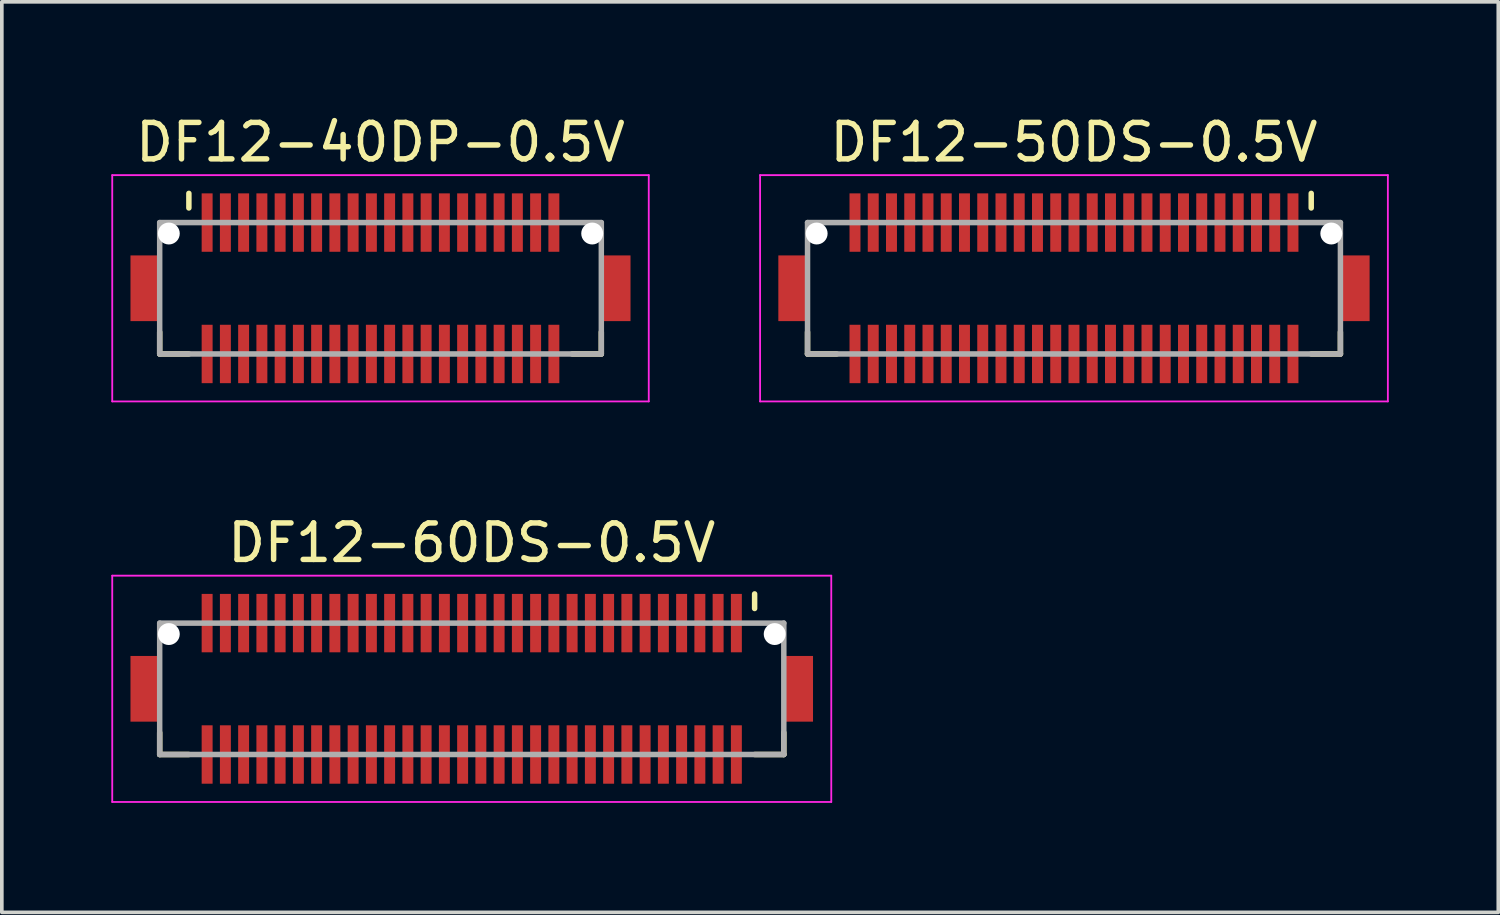
<source format=kicad_pcb>
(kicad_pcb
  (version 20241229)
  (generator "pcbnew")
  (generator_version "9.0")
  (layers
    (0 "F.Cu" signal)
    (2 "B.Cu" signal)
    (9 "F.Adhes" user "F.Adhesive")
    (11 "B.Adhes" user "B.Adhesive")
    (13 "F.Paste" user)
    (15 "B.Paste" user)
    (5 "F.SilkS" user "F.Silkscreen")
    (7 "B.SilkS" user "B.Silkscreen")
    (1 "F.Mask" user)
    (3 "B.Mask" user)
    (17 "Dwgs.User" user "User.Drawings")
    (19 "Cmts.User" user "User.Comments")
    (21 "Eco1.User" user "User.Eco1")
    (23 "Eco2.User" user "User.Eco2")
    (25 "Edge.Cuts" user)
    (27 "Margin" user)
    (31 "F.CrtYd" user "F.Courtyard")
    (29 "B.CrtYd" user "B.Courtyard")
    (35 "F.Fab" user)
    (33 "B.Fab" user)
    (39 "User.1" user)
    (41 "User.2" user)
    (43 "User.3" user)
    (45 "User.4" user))
  (footprint "DF12-60DS-0.5V"
    (layer "F.Cu")
    (at 9.875 15.822)
    (property "Reference" "DF12-60DS-0.5V" (at 0 -4 0) (layer "F.SilkS") (effects (font (size 1 1) (thickness 0.15))))
    (attr smd)
    (fp_line (start -8.55 1.2) (end -8.55 1.8) (stroke (width 0.15) (type solid)) (layer "F.SilkS"))
    (fp_line (start -8.55 1.8) (end -7.75 1.8) (stroke (width 0.15) (type solid)) (layer "F.SilkS"))
    (fp_line (start 7.75 -2.6) (end 7.75 -2.2) (stroke (width 0.15) (type solid)) (layer "F.SilkS"))
    (fp_line (start 7.75 1.8) (end 8.55 1.8) (stroke (width 0.15) (type solid)) (layer "F.SilkS"))
    (fp_line (start 8.55 1.2) (end 8.55 1.8) (stroke (width 0.15) (type solid)) (layer "F.SilkS"))
    (fp_line (start -9.85 -3.1) (end -9.85 3.1) (stroke (width 0.05) (type solid)) (layer "F.CrtYd"))
    (fp_line (start -9.85 -3.1) (end 9.85 -3.1) (stroke (width 0.05) (type solid)) (layer "F.CrtYd"))
    (fp_line (start -9.85 3.1) (end 9.85 3.1) (stroke (width 0.05) (type solid)) (layer "F.CrtYd"))
    (fp_line (start 9.85 -3.1) (end 9.85 3.1) (stroke (width 0.05) (type solid)) (layer "F.CrtYd"))
    (fp_line (start -8.55 -1.8) (end -8.55 1.8) (stroke (width 0.15) (type solid)) (layer "F.Fab"))
    (fp_line (start -8.55 -1.8) (end 8.55 -1.8) (stroke (width 0.15) (type solid)) (layer "F.Fab"))
    (fp_line (start -8.55 1.8) (end 8.55 1.8) (stroke (width 0.15) (type solid)) (layer "F.Fab"))
    (fp_line (start 8.55 -1.8) (end 8.55 1.8) (stroke (width 0.15) (type solid)) (layer "F.Fab"))
    (pad "" np_thru_hole circle (at -8.3 -1.5) (size 0.6 0.6) (drill 0.6) (layers "*.Cu" "*.Mask"))
    (pad "" np_thru_hole circle (at 8.3 -1.5) (size 0.6 0.6) (drill 0.6) (layers "*.Cu" "*.Mask"))
    (pad "1" smd rect (at 7.25 -1.8) (size 0.3 1.6) (layers "F.Cu" "F.Mask" "F.Paste"))
    (pad "2" smd rect (at 7.25 1.8) (size 0.3 1.6) (layers "F.Cu" "F.Mask" "F.Paste"))
    (pad "3" smd rect (at 6.75 -1.8) (size 0.3 1.6) (layers "F.Cu" "F.Mask" "F.Paste"))
    (pad "4" smd rect (at 6.75 1.8) (size 0.3 1.6) (layers "F.Cu" "F.Mask" "F.Paste"))
    (pad "5" smd rect (at 6.25 -1.8) (size 0.3 1.6) (layers "F.Cu" "F.Mask" "F.Paste"))
    (pad "6" smd rect (at 6.25 1.8) (size 0.3 1.6) (layers "F.Cu" "F.Mask" "F.Paste"))
    (pad "7" smd rect (at 5.75 -1.8) (size 0.3 1.6) (layers "F.Cu" "F.Mask" "F.Paste"))
    (pad "8" smd rect (at 5.75 1.8) (size 0.3 1.6) (layers "F.Cu" "F.Mask" "F.Paste"))
    (pad "9" smd rect (at 5.25 -1.8) (size 0.3 1.6) (layers "F.Cu" "F.Mask" "F.Paste"))
    (pad "10" smd rect (at 5.25 1.8) (size 0.3 1.6) (layers "F.Cu" "F.Mask" "F.Paste"))
    (pad "11" smd rect (at 4.75 -1.8) (size 0.3 1.6) (layers "F.Cu" "F.Mask" "F.Paste"))
    (pad "12" smd rect (at 4.75 1.8) (size 0.3 1.6) (layers "F.Cu" "F.Mask" "F.Paste"))
    (pad "13" smd rect (at 4.25 -1.8) (size 0.3 1.6) (layers "F.Cu" "F.Mask" "F.Paste"))
    (pad "14" smd rect (at 4.25 1.8) (size 0.3 1.6) (layers "F.Cu" "F.Mask" "F.Paste"))
    (pad "15" smd rect (at 3.75 -1.8) (size 0.3 1.6) (layers "F.Cu" "F.Mask" "F.Paste"))
    (pad "16" smd rect (at 3.75 1.8) (size 0.3 1.6) (layers "F.Cu" "F.Mask" "F.Paste"))
    (pad "17" smd rect (at 3.25 -1.8) (size 0.3 1.6) (layers "F.Cu" "F.Mask" "F.Paste"))
    (pad "18" smd rect (at 3.25 1.8) (size 0.3 1.6) (layers "F.Cu" "F.Mask" "F.Paste"))
    (pad "19" smd rect (at 2.75 -1.8) (size 0.3 1.6) (layers "F.Cu" "F.Mask" "F.Paste"))
    (pad "20" smd rect (at 2.75 1.8) (size 0.3 1.6) (layers "F.Cu" "F.Mask" "F.Paste"))
    (pad "21" smd rect (at 2.25 -1.8) (size 0.3 1.6) (layers "F.Cu" "F.Mask" "F.Paste"))
    (pad "22" smd rect (at 2.25 1.8) (size 0.3 1.6) (layers "F.Cu" "F.Mask" "F.Paste"))
    (pad "23" smd rect (at 1.75 -1.8) (size 0.3 1.6) (layers "F.Cu" "F.Mask" "F.Paste"))
    (pad "24" smd rect (at 1.75 1.8) (size 0.3 1.6) (layers "F.Cu" "F.Mask" "F.Paste"))
    (pad "25" smd rect (at 1.25 -1.8) (size 0.3 1.6) (layers "F.Cu" "F.Mask" "F.Paste"))
    (pad "26" smd rect (at 1.25 1.8) (size 0.3 1.6) (layers "F.Cu" "F.Mask" "F.Paste"))
    (pad "27" smd rect (at 0.75 -1.8) (size 0.3 1.6) (layers "F.Cu" "F.Mask" "F.Paste"))
    (pad "28" smd rect (at 0.75 1.8) (size 0.3 1.6) (layers "F.Cu" "F.Mask" "F.Paste"))
    (pad "29" smd rect (at 0.25 -1.8) (size 0.3 1.6) (layers "F.Cu" "F.Mask" "F.Paste"))
    (pad "30" smd rect (at 0.25 1.8) (size 0.3 1.6) (layers "F.Cu" "F.Mask" "F.Paste"))
    (pad "31" smd rect (at -0.25 -1.8) (size 0.3 1.6) (layers "F.Cu" "F.Mask" "F.Paste"))
    (pad "32" smd rect (at -0.25 1.8) (size 0.3 1.6) (layers "F.Cu" "F.Mask" "F.Paste"))
    (pad "33" smd rect (at -0.75 -1.8) (size 0.3 1.6) (layers "F.Cu" "F.Mask" "F.Paste"))
    (pad "34" smd rect (at -0.75 1.8) (size 0.3 1.6) (layers "F.Cu" "F.Mask" "F.Paste"))
    (pad "35" smd rect (at -1.25 -1.8) (size 0.3 1.6) (layers "F.Cu" "F.Mask" "F.Paste"))
    (pad "36" smd rect (at -1.25 1.8) (size 0.3 1.6) (layers "F.Cu" "F.Mask" "F.Paste"))
    (pad "37" smd rect (at -1.75 -1.8) (size 0.3 1.6) (layers "F.Cu" "F.Mask" "F.Paste"))
    (pad "38" smd rect (at -1.75 1.8) (size 0.3 1.6) (layers "F.Cu" "F.Mask" "F.Paste"))
    (pad "39" smd rect (at -2.25 -1.8) (size 0.3 1.6) (layers "F.Cu" "F.Mask" "F.Paste"))
    (pad "40" smd rect (at -2.25 1.8) (size 0.3 1.6) (layers "F.Cu" "F.Mask" "F.Paste"))
    (pad "41" smd rect (at -2.75 -1.8) (size 0.3 1.6) (layers "F.Cu" "F.Mask" "F.Paste"))
    (pad "42" smd rect (at -2.75 1.8) (size 0.3 1.6) (layers "F.Cu" "F.Mask" "F.Paste"))
    (pad "43" smd rect (at -3.25 -1.8) (size 0.3 1.6) (layers "F.Cu" "F.Mask" "F.Paste"))
    (pad "44" smd rect (at -3.25 1.8) (size 0.3 1.6) (layers "F.Cu" "F.Mask" "F.Paste"))
    (pad "45" smd rect (at -3.75 -1.8) (size 0.3 1.6) (layers "F.Cu" "F.Mask" "F.Paste"))
    (pad "46" smd rect (at -3.75 1.8) (size 0.3 1.6) (layers "F.Cu" "F.Mask" "F.Paste"))
    (pad "47" smd rect (at -4.25 -1.8) (size 0.3 1.6) (layers "F.Cu" "F.Mask" "F.Paste"))
    (pad "48" smd rect (at -4.25 1.8) (size 0.3 1.6) (layers "F.Cu" "F.Mask" "F.Paste"))
    (pad "49" smd rect (at -4.75 -1.8) (size 0.3 1.6) (layers "F.Cu" "F.Mask" "F.Paste"))
    (pad "50" smd rect (at -4.75 1.8) (size 0.3 1.6) (layers "F.Cu" "F.Mask" "F.Paste"))
    (pad "51" smd rect (at -5.25 -1.8) (size 0.3 1.6) (layers "F.Cu" "F.Mask" "F.Paste"))
    (pad "52" smd rect (at -5.25 1.8) (size 0.3 1.6) (layers "F.Cu" "F.Mask" "F.Paste"))
    (pad "53" smd rect (at -5.75 -1.8) (size 0.3 1.6) (layers "F.Cu" "F.Mask" "F.Paste"))
    (pad "54" smd rect (at -5.75 1.8) (size 0.3 1.6) (layers "F.Cu" "F.Mask" "F.Paste"))
    (pad "55" smd rect (at -6.25 -1.8) (size 0.3 1.6) (layers "F.Cu" "F.Mask" "F.Paste"))
    (pad "56" smd rect (at -6.25 1.8) (size 0.3 1.6) (layers "F.Cu" "F.Mask" "F.Paste"))
    (pad "57" smd rect (at -6.75 -1.8) (size 0.3 1.6) (layers "F.Cu" "F.Mask" "F.Paste"))
    (pad "58" smd rect (at -6.75 1.8) (size 0.3 1.6) (layers "F.Cu" "F.Mask" "F.Paste"))
    (pad "59" smd rect (at -7.25 -1.8) (size 0.3 1.6) (layers "F.Cu" "F.Mask" "F.Paste"))
    (pad "60" smd rect (at -7.25 1.8) (size 0.3 1.6) (layers "F.Cu" "F.Mask" "F.Paste"))
    (pad "S" smd rect (at -8.95 0) (size 0.8 1.8) (layers "F.Cu" "F.Mask" "F.Paste"))
    (pad "S" smd rect (at 8.95 0) (size 0.8 1.8) (layers "F.Cu" "F.Mask" "F.Paste")))
  (footprint "DF12-50DS-0.5V"
    (layer "F.Cu")
    (at 26.375 4.848)
    (property "Reference" "DF12-50DS-0.5V" (at 0 -4 0) (layer "F.SilkS") (effects (font (size 1 1) (thickness 0.15))))
    (attr smd)
    (fp_line (start -7.3 1.2) (end -7.3 1.8) (stroke (width 0.15) (type solid)) (layer "F.SilkS"))
    (fp_line (start -7.3 1.8) (end -6.5 1.8) (stroke (width 0.15) (type solid)) (layer "F.SilkS"))
    (fp_line (start 6.5 -2.6) (end 6.5 -2.2) (stroke (width 0.15) (type solid)) (layer "F.SilkS"))
    (fp_line (start 6.5 1.8) (end 7.3 1.8) (stroke (width 0.15) (type solid)) (layer "F.SilkS"))
    (fp_line (start 7.3 1.2) (end 7.3 1.8) (stroke (width 0.15) (type solid)) (layer "F.SilkS"))
    (fp_line (start -8.6 -3.1) (end -8.6 3.1) (stroke (width 0.05) (type solid)) (layer "F.CrtYd"))
    (fp_line (start -8.6 -3.1) (end 8.6 -3.1) (stroke (width 0.05) (type solid)) (layer "F.CrtYd"))
    (fp_line (start -8.6 3.1) (end 8.6 3.1) (stroke (width 0.05) (type solid)) (layer "F.CrtYd"))
    (fp_line (start 8.6 -3.1) (end 8.6 3.1) (stroke (width 0.05) (type solid)) (layer "F.CrtYd"))
    (fp_line (start -7.3 -1.8) (end -7.3 1.8) (stroke (width 0.15) (type solid)) (layer "F.Fab"))
    (fp_line (start -7.3 -1.8) (end 7.3 -1.8) (stroke (width 0.15) (type solid)) (layer "F.Fab"))
    (fp_line (start -7.3 1.8) (end 7.3 1.8) (stroke (width 0.15) (type solid)) (layer "F.Fab"))
    (fp_line (start 7.3 -1.8) (end 7.3 1.8) (stroke (width 0.15) (type solid)) (layer "F.Fab"))
    (pad "" np_thru_hole circle (at -7.05 -1.5) (size 0.6 0.6) (drill 0.6) (layers "*.Cu" "*.Mask"))
    (pad "" np_thru_hole circle (at 7.05 -1.5) (size 0.6 0.6) (drill 0.6) (layers "*.Cu" "*.Mask"))
    (pad "1" smd rect (at 6 -1.8) (size 0.3 1.6) (layers "F.Cu" "F.Mask" "F.Paste"))
    (pad "2" smd rect (at 6 1.8) (size 0.3 1.6) (layers "F.Cu" "F.Mask" "F.Paste"))
    (pad "3" smd rect (at 5.5 -1.8) (size 0.3 1.6) (layers "F.Cu" "F.Mask" "F.Paste"))
    (pad "4" smd rect (at 5.5 1.8) (size 0.3 1.6) (layers "F.Cu" "F.Mask" "F.Paste"))
    (pad "5" smd rect (at 5 -1.8) (size 0.3 1.6) (layers "F.Cu" "F.Mask" "F.Paste"))
    (pad "6" smd rect (at 5 1.8) (size 0.3 1.6) (layers "F.Cu" "F.Mask" "F.Paste"))
    (pad "7" smd rect (at 4.5 -1.8) (size 0.3 1.6) (layers "F.Cu" "F.Mask" "F.Paste"))
    (pad "8" smd rect (at 4.5 1.8) (size 0.3 1.6) (layers "F.Cu" "F.Mask" "F.Paste"))
    (pad "9" smd rect (at 4 -1.8) (size 0.3 1.6) (layers "F.Cu" "F.Mask" "F.Paste"))
    (pad "10" smd rect (at 4 1.8) (size 0.3 1.6) (layers "F.Cu" "F.Mask" "F.Paste"))
    (pad "11" smd rect (at 3.5 -1.8) (size 0.3 1.6) (layers "F.Cu" "F.Mask" "F.Paste"))
    (pad "12" smd rect (at 3.5 1.8) (size 0.3 1.6) (layers "F.Cu" "F.Mask" "F.Paste"))
    (pad "13" smd rect (at 3 -1.8) (size 0.3 1.6) (layers "F.Cu" "F.Mask" "F.Paste"))
    (pad "14" smd rect (at 3 1.8) (size 0.3 1.6) (layers "F.Cu" "F.Mask" "F.Paste"))
    (pad "15" smd rect (at 2.5 -1.8) (size 0.3 1.6) (layers "F.Cu" "F.Mask" "F.Paste"))
    (pad "16" smd rect (at 2.5 1.8) (size 0.3 1.6) (layers "F.Cu" "F.Mask" "F.Paste"))
    (pad "17" smd rect (at 2 -1.8) (size 0.3 1.6) (layers "F.Cu" "F.Mask" "F.Paste"))
    (pad "18" smd rect (at 2 1.8) (size 0.3 1.6) (layers "F.Cu" "F.Mask" "F.Paste"))
    (pad "19" smd rect (at 1.5 -1.8) (size 0.3 1.6) (layers "F.Cu" "F.Mask" "F.Paste"))
    (pad "20" smd rect (at 1.5 1.8) (size 0.3 1.6) (layers "F.Cu" "F.Mask" "F.Paste"))
    (pad "21" smd rect (at 1 -1.8) (size 0.3 1.6) (layers "F.Cu" "F.Mask" "F.Paste"))
    (pad "22" smd rect (at 1 1.8) (size 0.3 1.6) (layers "F.Cu" "F.Mask" "F.Paste"))
    (pad "23" smd rect (at 0.5 -1.8) (size 0.3 1.6) (layers "F.Cu" "F.Mask" "F.Paste"))
    (pad "24" smd rect (at 0.5 1.8) (size 0.3 1.6) (layers "F.Cu" "F.Mask" "F.Paste"))
    (pad "25" smd rect (at 0 -1.8) (size 0.3 1.6) (layers "F.Cu" "F.Mask" "F.Paste"))
    (pad "26" smd rect (at 0 1.8) (size 0.3 1.6) (layers "F.Cu" "F.Mask" "F.Paste"))
    (pad "27" smd rect (at -0.5 -1.8) (size 0.3 1.6) (layers "F.Cu" "F.Mask" "F.Paste"))
    (pad "28" smd rect (at -0.5 1.8) (size 0.3 1.6) (layers "F.Cu" "F.Mask" "F.Paste"))
    (pad "29" smd rect (at -1 -1.8) (size 0.3 1.6) (layers "F.Cu" "F.Mask" "F.Paste"))
    (pad "30" smd rect (at -1 1.8) (size 0.3 1.6) (layers "F.Cu" "F.Mask" "F.Paste"))
    (pad "31" smd rect (at -1.5 -1.8) (size 0.3 1.6) (layers "F.Cu" "F.Mask" "F.Paste"))
    (pad "32" smd rect (at -1.5 1.8) (size 0.3 1.6) (layers "F.Cu" "F.Mask" "F.Paste"))
    (pad "33" smd rect (at -2 -1.8) (size 0.3 1.6) (layers "F.Cu" "F.Mask" "F.Paste"))
    (pad "34" smd rect (at -2 1.8) (size 0.3 1.6) (layers "F.Cu" "F.Mask" "F.Paste"))
    (pad "35" smd rect (at -2.5 -1.8) (size 0.3 1.6) (layers "F.Cu" "F.Mask" "F.Paste"))
    (pad "36" smd rect (at -2.5 1.8) (size 0.3 1.6) (layers "F.Cu" "F.Mask" "F.Paste"))
    (pad "37" smd rect (at -3 -1.8) (size 0.3 1.6) (layers "F.Cu" "F.Mask" "F.Paste"))
    (pad "38" smd rect (at -3 1.8) (size 0.3 1.6) (layers "F.Cu" "F.Mask" "F.Paste"))
    (pad "39" smd rect (at -3.5 -1.8) (size 0.3 1.6) (layers "F.Cu" "F.Mask" "F.Paste"))
    (pad "40" smd rect (at -3.5 1.8) (size 0.3 1.6) (layers "F.Cu" "F.Mask" "F.Paste"))
    (pad "41" smd rect (at -4 -1.8) (size 0.3 1.6) (layers "F.Cu" "F.Mask" "F.Paste"))
    (pad "42" smd rect (at -4 1.8) (size 0.3 1.6) (layers "F.Cu" "F.Mask" "F.Paste"))
    (pad "43" smd rect (at -4.5 -1.8) (size 0.3 1.6) (layers "F.Cu" "F.Mask" "F.Paste"))
    (pad "44" smd rect (at -4.5 1.8) (size 0.3 1.6) (layers "F.Cu" "F.Mask" "F.Paste"))
    (pad "45" smd rect (at -5 -1.8) (size 0.3 1.6) (layers "F.Cu" "F.Mask" "F.Paste"))
    (pad "46" smd rect (at -5 1.8) (size 0.3 1.6) (layers "F.Cu" "F.Mask" "F.Paste"))
    (pad "47" smd rect (at -5.5 -1.8) (size 0.3 1.6) (layers "F.Cu" "F.Mask" "F.Paste"))
    (pad "48" smd rect (at -5.5 1.8) (size 0.3 1.6) (layers "F.Cu" "F.Mask" "F.Paste"))
    (pad "49" smd rect (at -6 -1.8) (size 0.3 1.6) (layers "F.Cu" "F.Mask" "F.Paste"))
    (pad "50" smd rect (at -6 1.8) (size 0.3 1.6) (layers "F.Cu" "F.Mask" "F.Paste"))
    (pad "S" smd rect (at -7.7 0) (size 0.8 1.8) (layers "F.Cu" "F.Mask" "F.Paste"))
    (pad "S" smd rect (at 7.7 0) (size 0.8 1.8) (layers "F.Cu" "F.Mask" "F.Paste")))
  (footprint "DF12-40DP-0.5V"
    (layer "F.Cu")
    (at 7.375 4.848)
    (property "Reference" "DF12-40DP-0.5V" (at 0 -4 0) (layer "F.SilkS") (effects (font (size 1 1) (thickness 0.15))))
    (attr smd)
    (fp_line (start -6.05 1.2) (end -6.05 1.8) (stroke (width 0.15) (type solid)) (layer "F.SilkS"))
    (fp_line (start -6.05 1.8) (end -5.25 1.8) (stroke (width 0.15) (type solid)) (layer "F.SilkS"))
    (fp_line (start -5.25 -2.6) (end -5.25 -2.2) (stroke (width 0.15) (type solid)) (layer "F.SilkS"))
    (fp_line (start 5.25 1.8) (end 6.05 1.8) (stroke (width 0.15) (type solid)) (layer "F.SilkS"))
    (fp_line (start 6.05 1.2) (end 6.05 1.8) (stroke (width 0.15) (type solid)) (layer "F.SilkS"))
    (fp_line (start -7.35 -3.1) (end -7.35 3.1) (stroke (width 0.05) (type solid)) (layer "F.CrtYd"))
    (fp_line (start -7.35 -3.1) (end 7.35 -3.1) (stroke (width 0.05) (type solid)) (layer "F.CrtYd"))
    (fp_line (start -7.35 3.1) (end 7.35 3.1) (stroke (width 0.05) (type solid)) (layer "F.CrtYd"))
    (fp_line (start 7.35 -3.1) (end 7.35 3.1) (stroke (width 0.05) (type solid)) (layer "F.CrtYd"))
    (fp_line (start -6.05 -1.8) (end -6.05 1.8) (stroke (width 0.15) (type solid)) (layer "F.Fab"))
    (fp_line (start -6.05 -1.8) (end 6.05 -1.8) (stroke (width 0.15) (type solid)) (layer "F.Fab"))
    (fp_line (start -6.05 1.8) (end 6.05 1.8) (stroke (width 0.15) (type solid)) (layer "F.Fab"))
    (fp_line (start 6.05 -1.8) (end 6.05 1.8) (stroke (width 0.15) (type solid)) (layer "F.Fab"))
    (pad "" np_thru_hole circle (at -5.8 -1.5) (size 0.6 0.6) (drill 0.6) (layers "*.Cu" "*.Mask"))
    (pad "" np_thru_hole circle (at 5.8 -1.5) (size 0.6 0.6) (drill 0.6) (layers "*.Cu" "*.Mask"))
    (pad "1" smd rect (at -4.75 -1.8) (size 0.3 1.6) (layers "F.Cu" "F.Mask" "F.Paste"))
    (pad "2" smd rect (at -4.75 1.8) (size 0.3 1.6) (layers "F.Cu" "F.Mask" "F.Paste"))
    (pad "3" smd rect (at -4.25 -1.8) (size 0.3 1.6) (layers "F.Cu" "F.Mask" "F.Paste"))
    (pad "4" smd rect (at -4.25 1.8) (size 0.3 1.6) (layers "F.Cu" "F.Mask" "F.Paste"))
    (pad "5" smd rect (at -3.75 -1.8) (size 0.3 1.6) (layers "F.Cu" "F.Mask" "F.Paste"))
    (pad "6" smd rect (at -3.75 1.8) (size 0.3 1.6) (layers "F.Cu" "F.Mask" "F.Paste"))
    (pad "7" smd rect (at -3.25 -1.8) (size 0.3 1.6) (layers "F.Cu" "F.Mask" "F.Paste"))
    (pad "8" smd rect (at -3.25 1.8) (size 0.3 1.6) (layers "F.Cu" "F.Mask" "F.Paste"))
    (pad "9" smd rect (at -2.75 -1.8) (size 0.3 1.6) (layers "F.Cu" "F.Mask" "F.Paste"))
    (pad "10" smd rect (at -2.75 1.8) (size 0.3 1.6) (layers "F.Cu" "F.Mask" "F.Paste"))
    (pad "11" smd rect (at -2.25 -1.8) (size 0.3 1.6) (layers "F.Cu" "F.Mask" "F.Paste"))
    (pad "12" smd rect (at -2.25 1.8) (size 0.3 1.6) (layers "F.Cu" "F.Mask" "F.Paste"))
    (pad "13" smd rect (at -1.75 -1.8) (size 0.3 1.6) (layers "F.Cu" "F.Mask" "F.Paste"))
    (pad "14" smd rect (at -1.75 1.8) (size 0.3 1.6) (layers "F.Cu" "F.Mask" "F.Paste"))
    (pad "15" smd rect (at -1.25 -1.8) (size 0.3 1.6) (layers "F.Cu" "F.Mask" "F.Paste"))
    (pad "16" smd rect (at -1.25 1.8) (size 0.3 1.6) (layers "F.Cu" "F.Mask" "F.Paste"))
    (pad "17" smd rect (at -0.75 -1.8) (size 0.3 1.6) (layers "F.Cu" "F.Mask" "F.Paste"))
    (pad "18" smd rect (at -0.75 1.8) (size 0.3 1.6) (layers "F.Cu" "F.Mask" "F.Paste"))
    (pad "19" smd rect (at -0.25 -1.8) (size 0.3 1.6) (layers "F.Cu" "F.Mask" "F.Paste"))
    (pad "20" smd rect (at -0.25 1.8) (size 0.3 1.6) (layers "F.Cu" "F.Mask" "F.Paste"))
    (pad "21" smd rect (at 0.25 -1.8) (size 0.3 1.6) (layers "F.Cu" "F.Mask" "F.Paste"))
    (pad "22" smd rect (at 0.25 1.8) (size 0.3 1.6) (layers "F.Cu" "F.Mask" "F.Paste"))
    (pad "23" smd rect (at 0.75 -1.8) (size 0.3 1.6) (layers "F.Cu" "F.Mask" "F.Paste"))
    (pad "24" smd rect (at 0.75 1.8) (size 0.3 1.6) (layers "F.Cu" "F.Mask" "F.Paste"))
    (pad "25" smd rect (at 1.25 -1.8) (size 0.3 1.6) (layers "F.Cu" "F.Mask" "F.Paste"))
    (pad "26" smd rect (at 1.25 1.8) (size 0.3 1.6) (layers "F.Cu" "F.Mask" "F.Paste"))
    (pad "27" smd rect (at 1.75 -1.8) (size 0.3 1.6) (layers "F.Cu" "F.Mask" "F.Paste"))
    (pad "28" smd rect (at 1.75 1.8) (size 0.3 1.6) (layers "F.Cu" "F.Mask" "F.Paste"))
    (pad "29" smd rect (at 2.25 -1.8) (size 0.3 1.6) (layers "F.Cu" "F.Mask" "F.Paste"))
    (pad "30" smd rect (at 2.25 1.8) (size 0.3 1.6) (layers "F.Cu" "F.Mask" "F.Paste"))
    (pad "31" smd rect (at 2.75 -1.8) (size 0.3 1.6) (layers "F.Cu" "F.Mask" "F.Paste"))
    (pad "32" smd rect (at 2.75 1.8) (size 0.3 1.6) (layers "F.Cu" "F.Mask" "F.Paste"))
    (pad "33" smd rect (at 3.25 -1.8) (size 0.3 1.6) (layers "F.Cu" "F.Mask" "F.Paste"))
    (pad "34" smd rect (at 3.25 1.8) (size 0.3 1.6) (layers "F.Cu" "F.Mask" "F.Paste"))
    (pad "35" smd rect (at 3.75 -1.8) (size 0.3 1.6) (layers "F.Cu" "F.Mask" "F.Paste"))
    (pad "36" smd rect (at 3.75 1.8) (size 0.3 1.6) (layers "F.Cu" "F.Mask" "F.Paste"))
    (pad "37" smd rect (at 4.25 -1.8) (size 0.3 1.6) (layers "F.Cu" "F.Mask" "F.Paste"))
    (pad "38" smd rect (at 4.25 1.8) (size 0.3 1.6) (layers "F.Cu" "F.Mask" "F.Paste"))
    (pad "39" smd rect (at 4.75 -1.8) (size 0.3 1.6) (layers "F.Cu" "F.Mask" "F.Paste"))
    (pad "40" smd rect (at 4.75 1.8) (size 0.3 1.6) (layers "F.Cu" "F.Mask" "F.Paste"))
    (pad "S" smd rect (at -6.45 0) (size 0.8 1.8) (layers "F.Cu" "F.Mask" "F.Paste"))
    (pad "S" smd rect (at 6.45 0) (size 0.8 1.8) (layers "F.Cu" "F.Mask" "F.Paste")))
  (gr_rect
    (start -3 -3)
    (end 38 21.947)
    (stroke (width 0.1) (type default))
    (fill no)
    (layer "Edge.Cuts")))
</source>
